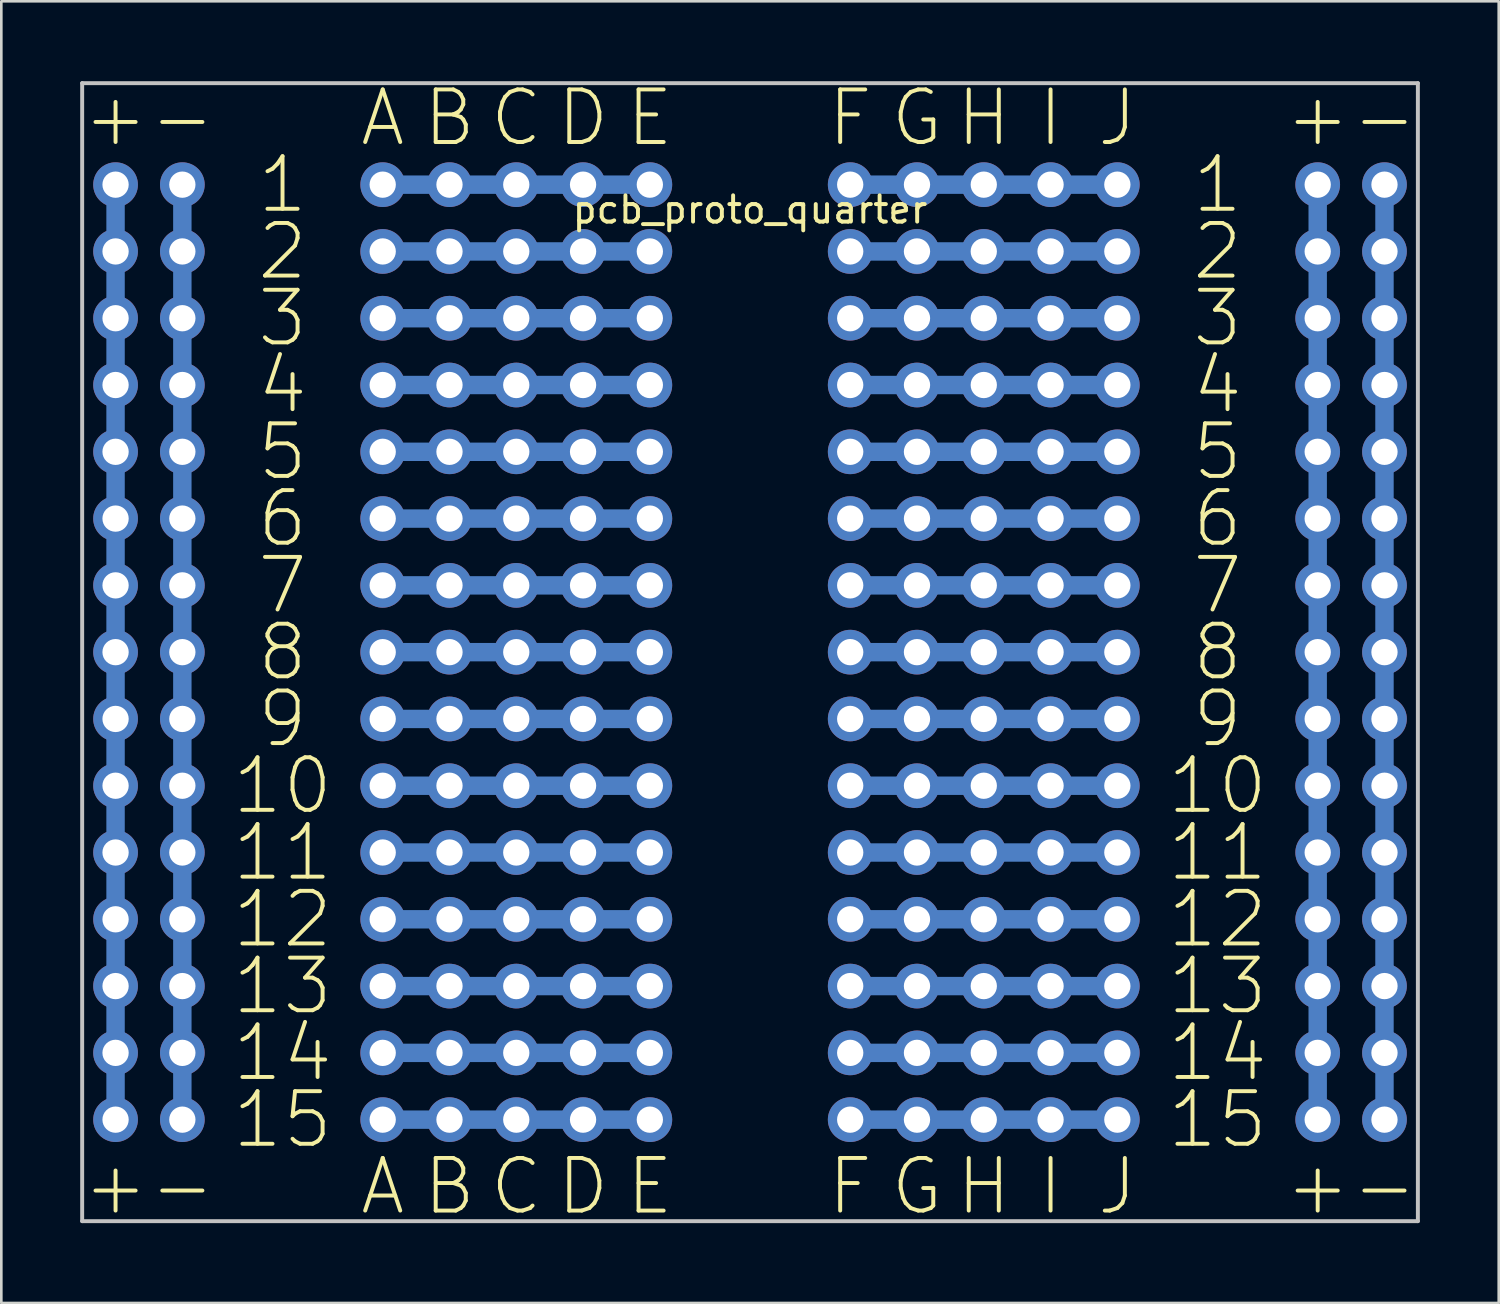
<source format=kicad_pcb>
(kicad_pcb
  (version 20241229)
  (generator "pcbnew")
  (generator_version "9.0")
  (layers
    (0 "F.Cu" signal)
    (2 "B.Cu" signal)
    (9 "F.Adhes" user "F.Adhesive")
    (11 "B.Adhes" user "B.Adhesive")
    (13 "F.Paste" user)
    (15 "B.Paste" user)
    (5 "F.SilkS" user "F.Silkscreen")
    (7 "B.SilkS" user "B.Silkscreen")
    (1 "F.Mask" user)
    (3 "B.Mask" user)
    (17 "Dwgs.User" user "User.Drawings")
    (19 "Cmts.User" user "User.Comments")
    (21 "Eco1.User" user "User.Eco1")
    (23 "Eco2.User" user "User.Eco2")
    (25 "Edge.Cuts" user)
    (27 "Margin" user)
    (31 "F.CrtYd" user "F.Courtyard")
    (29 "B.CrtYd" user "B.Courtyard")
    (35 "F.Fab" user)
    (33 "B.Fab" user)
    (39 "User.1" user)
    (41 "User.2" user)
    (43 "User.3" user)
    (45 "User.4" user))
  (footprint "pcb_proto_quarter"
    (layer "F.Cu")
    (at 25.475 3.923)
    (property "Reference" "pcb_proto_quarter" (at 0 1 0) (layer "F.SilkS") (effects (font (size 1 1) (thickness 0.15))))
    (attr through_hole)
    (fp_line (start -25.4 -3.81) (end -25.4 39.47) (stroke (width 0.15) (type solid)) (layer "Dwgs.User"))
    (fp_line (start -25.4 39.47) (end 25.4 39.47) (stroke (width 0.15) (type solid)) (layer "Dwgs.User"))
    (fp_line (start 25.4 -3.81) (end -25.4 -3.81) (stroke (width 0.15) (type solid)) (layer "Dwgs.User"))
    (fp_line (start 25.4 39.47) (end 25.4 -3.81) (stroke (width 0.15) (type solid)) (layer "Dwgs.User"))
    (fp_text user "F" (at 3.81 -2.49 0) (layer "F.SilkS") (effects (font (size 2 2) (thickness 0.15))))
    (fp_text user "4" (at 17.78 7.67 0) (layer "F.SilkS") (effects (font (size 2 2) (thickness 0.15))))
    (fp_text user "3" (at -17.78 5.13 0) (layer "F.SilkS") (effects (font (size 2 2) (thickness 0.15))))
    (fp_text user "13" (at 17.78 30.53 0) (layer "F.SilkS") (effects (font (size 2 2) (thickness 0.15))))
    (fp_text user "D" (at -6.35 38.15 0) (layer "F.SilkS") (effects (font (size 2 2) (thickness 0.15))))
    (fp_text user "7" (at 17.78 15.29 0) (layer "F.SilkS") (effects (font (size 2 2) (thickness 0.15))))
    (fp_text user "+" (at -24.13 -2.49 0) (layer "F.SilkS") (effects (font (size 2 2) (thickness 0.15))))
    (fp_text user "10" (at -17.78 22.91 0) (layer "F.SilkS") (effects (font (size 2 2) (thickness 0.15))))
    (fp_text user "6" (at -17.78 12.75 0) (layer "F.SilkS") (effects (font (size 2 2) (thickness 0.15))))
    (fp_text user "I" (at 11.43 38.15 0) (layer "F.SilkS") (effects (font (size 2 2) (thickness 0.15))))
    (fp_text user "10" (at 17.78 22.91 0) (layer "F.SilkS") (effects (font (size 2 2) (thickness 0.15))))
    (fp_text user "5" (at 17.78 10.21 0) (layer "F.SilkS") (effects (font (size 2 2) (thickness 0.15))))
    (fp_text user "2" (at 17.78 2.59 0) (layer "F.SilkS") (effects (font (size 2 2) (thickness 0.15))))
    (fp_text user "H" (at 8.89 38.15 0) (layer "F.SilkS") (effects (font (size 2 2) (thickness 0.15))))
    (fp_text user "6" (at 17.78 12.75 0) (layer "F.SilkS") (effects (font (size 2 2) (thickness 0.15))))
    (fp_text user "2" (at -17.78 2.59 0) (layer "F.SilkS") (effects (font (size 2 2) (thickness 0.15))))
    (fp_text user "9" (at 17.78 20.37 0) (layer "F.SilkS") (effects (font (size 2 2) (thickness 0.15))))
    (fp_text user "J" (at 13.97 -2.49 0) (layer "F.SilkS") (effects (font (size 2 2) (thickness 0.15))))
    (fp_text user "-" (at 24.13 38.15 0) (layer "F.SilkS") (effects (font (size 2 2) (thickness 0.15))))
    (fp_text user "+" (at 21.59 38.15 0) (layer "F.SilkS") (effects (font (size 2 2) (thickness 0.15))))
    (fp_text user "-" (at -21.59 -2.49 0) (layer "F.SilkS") (effects (font (size 2 2) (thickness 0.15))))
    (fp_text user "A" (at -13.97 38.15 0) (layer "F.SilkS") (effects (font (size 2 2) (thickness 0.15))))
    (fp_text user "7" (at -17.78 15.29 0) (layer "F.SilkS") (effects (font (size 2 2) (thickness 0.15))))
    (fp_text user "15" (at 17.78 35.61 0) (layer "F.SilkS") (effects (font (size 2 2) (thickness 0.15))))
    (fp_text user "4" (at -17.78 7.67 0) (layer "F.SilkS") (effects (font (size 2 2) (thickness 0.15))))
    (fp_text user "C" (at -8.89 -2.49 0) (layer "F.SilkS") (effects (font (size 2 2) (thickness 0.15))))
    (fp_text user "13" (at -17.78 30.53 0) (layer "F.SilkS") (effects (font (size 2 2) (thickness 0.15))))
    (fp_text user "3" (at 17.78 5.13 0) (layer "F.SilkS") (effects (font (size 2 2) (thickness 0.15))))
    (fp_text user "11" (at 17.78 25.45 0) (layer "F.SilkS") (effects (font (size 2 2) (thickness 0.15))))
    (fp_text user "8" (at -17.78 17.83 0) (layer "F.SilkS") (effects (font (size 2 2) (thickness 0.15))))
    (fp_text user "+" (at 21.59 -2.49 0) (layer "F.SilkS") (effects (font (size 2 2) (thickness 0.15))))
    (fp_text user "J" (at 13.97 38.15 0) (layer "F.SilkS") (effects (font (size 2 2) (thickness 0.15))))
    (fp_text user "14" (at -17.78 33.07 0) (layer "F.SilkS") (effects (font (size 2 2) (thickness 0.15))))
    (fp_text user "15" (at -17.78 35.61 0) (layer "F.SilkS") (effects (font (size 2 2) (thickness 0.15))))
    (fp_text user "12" (at 17.78 27.99 0) (layer "F.SilkS") (effects (font (size 2 2) (thickness 0.15))))
    (fp_text user "E" (at -3.81 -2.49 0) (layer "F.SilkS") (effects (font (size 2 2) (thickness 0.15))))
    (fp_text user "14" (at 17.78 33.07 0) (layer "F.SilkS") (effects (font (size 2 2) (thickness 0.15))))
    (fp_text user "G" (at 6.35 38.15 0) (layer "F.SilkS") (effects (font (size 2 2) (thickness 0.15))))
    (fp_text user "B" (at -11.43 -2.49 0) (layer "F.SilkS") (effects (font (size 2 2) (thickness 0.15))))
    (fp_text user "12" (at -17.78 27.99 0) (layer "F.SilkS") (effects (font (size 2 2) (thickness 0.15))))
    (fp_text user "H" (at 8.89 -2.49 0) (layer "F.SilkS") (effects (font (size 2 2) (thickness 0.15))))
    (fp_text user "9" (at -17.78 20.37 0) (layer "F.SilkS") (effects (font (size 2 2) (thickness 0.15))))
    (fp_text user "8" (at 17.78 17.83 0) (layer "F.SilkS") (effects (font (size 2 2) (thickness 0.15))))
    (fp_text user "F" (at 3.81 38.15 0) (layer "F.SilkS") (effects (font (size 2 2) (thickness 0.15))))
    (fp_text user "-" (at 24.13 -2.49 0) (layer "F.SilkS") (effects (font (size 2 2) (thickness 0.15))))
    (fp_text user "A" (at -13.97 -2.49 0) (layer "F.SilkS") (effects (font (size 2 2) (thickness 0.15))))
    (fp_text user "C" (at -8.89 38.15 0) (layer "F.SilkS") (effects (font (size 2 2) (thickness 0.15))))
    (fp_text user "D" (at -6.35 -2.49 0) (layer "F.SilkS") (effects (font (size 2 2) (thickness 0.15))))
    (fp_text user "+" (at -24.13 38.15 0) (layer "F.SilkS") (effects (font (size 2 2) (thickness 0.15))))
    (fp_text user "1" (at 17.78 0.05 0) (layer "F.SilkS") (effects (font (size 2 2) (thickness 0.15))))
    (fp_text user "11" (at -17.78 25.45 0) (layer "F.SilkS") (effects (font (size 2 2) (thickness 0.15))))
    (fp_text user "-" (at -21.59 38.15 0) (layer "F.SilkS") (effects (font (size 2 2) (thickness 0.15))))
    (fp_text user "B" (at -11.43 38.15 0) (layer "F.SilkS") (effects (font (size 2 2) (thickness 0.15))))
    (fp_text user "5" (at -17.78 10.21 0) (layer "F.SilkS") (effects (font (size 2 2) (thickness 0.15))))
    (fp_text user "I" (at 11.43 -2.49 0) (layer "F.SilkS") (effects (font (size 2 2) (thickness 0.15))))
    (fp_text user "1" (at -17.78 0.05 0) (layer "F.SilkS") (effects (font (size 2 2) (thickness 0.15))))
    (fp_text user "G" (at 6.35 -2.49 0) (layer "F.SilkS") (effects (font (size 2 2) (thickness 0.15))))
    (fp_text user "E" (at -3.81 38.15 0) (layer "F.SilkS") (effects (font (size 2 2) (thickness 0.15))))
    (pad "" thru_hole circle (at -24.13 0.05) (size 1.7 1.7) (drill 1) (layers "*.Cu" "*.Mask"))
    (pad "" thru_hole circle (at -24.13 2.59) (size 1.7 1.7) (drill 1) (layers "*.Cu" "*.Mask"))
    (pad "" thru_hole circle (at -24.13 5.13) (size 1.7 1.7) (drill 1) (layers "*.Cu" "*.Mask"))
    (pad "" thru_hole circle (at -24.13 7.67) (size 1.7 1.7) (drill 1) (layers "*.Cu" "*.Mask"))
    (pad "" thru_hole circle (at -24.13 10.21) (size 1.7 1.7) (drill 1) (layers "*.Cu" "*.Mask"))
    (pad "" thru_hole circle (at -24.13 12.75) (size 1.7 1.7) (drill 1) (layers "*.Cu" "*.Mask"))
    (pad "" thru_hole circle (at -24.13 15.29) (size 1.7 1.7) (drill 1) (layers "*.Cu" "*.Mask"))
    (pad "" smd rect (at -24.13 17.83) (size 0.7 35.56) (layers "B.Cu" "B.Mask"))
    (pad "" thru_hole circle (at -24.13 17.83) (size 1.7 1.7) (drill 1) (layers "*.Cu" "*.Mask"))
    (pad "" thru_hole circle (at -24.13 20.37) (size 1.7 1.7) (drill 1) (layers "*.Cu" "*.Mask"))
    (pad "" thru_hole circle (at -24.13 22.91) (size 1.7 1.7) (drill 1) (layers "*.Cu" "*.Mask"))
    (pad "" thru_hole circle (at -24.13 25.45) (size 1.7 1.7) (drill 1) (layers "*.Cu" "*.Mask"))
    (pad "" thru_hole circle (at -24.13 27.99) (size 1.7 1.7) (drill 1) (layers "*.Cu" "*.Mask"))
    (pad "" thru_hole circle (at -24.13 30.53) (size 1.7 1.7) (drill 1) (layers "*.Cu" "*.Mask"))
    (pad "" thru_hole circle (at -24.13 33.07) (size 1.7 1.7) (drill 1) (layers "*.Cu" "*.Mask"))
    (pad "" thru_hole circle (at -24.13 35.61) (size 1.7 1.7) (drill 1) (layers "*.Cu" "*.Mask"))
    (pad "" thru_hole circle (at -21.59 0.05) (size 1.7 1.7) (drill 1) (layers "*.Cu" "*.Mask"))
    (pad "" thru_hole circle (at -21.59 2.59) (size 1.7 1.7) (drill 1) (layers "*.Cu" "*.Mask"))
    (pad "" thru_hole circle (at -21.59 5.13) (size 1.7 1.7) (drill 1) (layers "*.Cu" "*.Mask"))
    (pad "" thru_hole circle (at -21.59 7.67) (size 1.7 1.7) (drill 1) (layers "*.Cu" "*.Mask"))
    (pad "" thru_hole circle (at -21.59 10.21) (size 1.7 1.7) (drill 1) (layers "*.Cu" "*.Mask"))
    (pad "" thru_hole circle (at -21.59 12.75) (size 1.7 1.7) (drill 1) (layers "*.Cu" "*.Mask"))
    (pad "" thru_hole circle (at -21.59 15.29) (size 1.7 1.7) (drill 1) (layers "*.Cu" "*.Mask"))
    (pad "" smd rect (at -21.59 17.83) (size 0.7 35.56) (layers "B.Cu" "B.Mask"))
    (pad "" thru_hole circle (at -21.59 17.83) (size 1.7 1.7) (drill 1) (layers "*.Cu" "*.Mask"))
    (pad "" thru_hole circle (at -21.59 20.37) (size 1.7 1.7) (drill 1) (layers "*.Cu" "*.Mask"))
    (pad "" thru_hole circle (at -21.59 22.91) (size 1.7 1.7) (drill 1) (layers "*.Cu" "*.Mask"))
    (pad "" thru_hole circle (at -21.59 25.45) (size 1.7 1.7) (drill 1) (layers "*.Cu" "*.Mask"))
    (pad "" thru_hole circle (at -21.59 27.99) (size 1.7 1.7) (drill 1) (layers "*.Cu" "*.Mask"))
    (pad "" thru_hole circle (at -21.59 30.53) (size 1.7 1.7) (drill 1) (layers "*.Cu" "*.Mask"))
    (pad "" thru_hole circle (at -21.59 33.07) (size 1.7 1.7) (drill 1) (layers "*.Cu" "*.Mask"))
    (pad "" thru_hole circle (at -21.59 35.61) (size 1.7 1.7) (drill 1) (layers "*.Cu" "*.Mask"))
    (pad "" thru_hole circle (at -13.97 0.05) (size 1.7 1.7) (drill 1) (layers "*.Cu" "*.Mask"))
    (pad "" thru_hole circle (at -13.97 2.59) (size 1.7 1.7) (drill 1) (layers "*.Cu" "*.Mask"))
    (pad "" thru_hole circle (at -13.97 5.13) (size 1.7 1.7) (drill 1) (layers "*.Cu" "*.Mask"))
    (pad "" thru_hole circle (at -13.97 7.67) (size 1.7 1.7) (drill 1) (layers "*.Cu" "*.Mask"))
    (pad "" thru_hole circle (at -13.97 10.21) (size 1.7 1.7) (drill 1) (layers "*.Cu" "*.Mask"))
    (pad "" thru_hole circle (at -13.97 12.75) (size 1.7 1.7) (drill 1) (layers "*.Cu" "*.Mask"))
    (pad "" thru_hole circle (at -13.97 15.29) (size 1.7 1.7) (drill 1) (layers "*.Cu" "*.Mask"))
    (pad "" thru_hole circle (at -13.97 17.83) (size 1.7 1.7) (drill 1) (layers "*.Cu" "*.Mask"))
    (pad "" thru_hole circle (at -13.97 20.37) (size 1.7 1.7) (drill 1) (layers "*.Cu" "*.Mask"))
    (pad "" thru_hole circle (at -13.97 22.91) (size 1.7 1.7) (drill 1) (layers "*.Cu" "*.Mask"))
    (pad "" thru_hole circle (at -13.97 25.45) (size 1.7 1.7) (drill 1) (layers "*.Cu" "*.Mask"))
    (pad "" thru_hole circle (at -13.97 27.99) (size 1.7 1.7) (drill 1) (layers "*.Cu" "*.Mask"))
    (pad "" thru_hole circle (at -13.97 30.53) (size 1.7 1.7) (drill 1) (layers "*.Cu" "*.Mask"))
    (pad "" thru_hole circle (at -13.97 33.07) (size 1.7 1.7) (drill 1) (layers "*.Cu" "*.Mask"))
    (pad "" thru_hole circle (at -13.97 35.61) (size 1.7 1.7) (drill 1) (layers "*.Cu" "*.Mask"))
    (pad "" thru_hole circle (at -11.43 0.05) (size 1.7 1.7) (drill 1) (layers "*.Cu" "*.Mask"))
    (pad "" thru_hole circle (at -11.43 2.59) (size 1.7 1.7) (drill 1) (layers "*.Cu" "*.Mask"))
    (pad "" thru_hole circle (at -11.43 5.13) (size 1.7 1.7) (drill 1) (layers "*.Cu" "*.Mask"))
    (pad "" thru_hole circle (at -11.43 7.67) (size 1.7 1.7) (drill 1) (layers "*.Cu" "*.Mask"))
    (pad "" thru_hole circle (at -11.43 10.21) (size 1.7 1.7) (drill 1) (layers "*.Cu" "*.Mask"))
    (pad "" thru_hole circle (at -11.43 12.75) (size 1.7 1.7) (drill 1) (layers "*.Cu" "*.Mask"))
    (pad "" thru_hole circle (at -11.43 15.29) (size 1.7 1.7) (drill 1) (layers "*.Cu" "*.Mask"))
    (pad "" thru_hole circle (at -11.43 17.83) (size 1.7 1.7) (drill 1) (layers "*.Cu" "*.Mask"))
    (pad "" thru_hole circle (at -11.43 20.37) (size 1.7 1.7) (drill 1) (layers "*.Cu" "*.Mask"))
    (pad "" thru_hole circle (at -11.43 22.91) (size 1.7 1.7) (drill 1) (layers "*.Cu" "*.Mask"))
    (pad "" thru_hole circle (at -11.43 25.45) (size 1.7 1.7) (drill 1) (layers "*.Cu" "*.Mask"))
    (pad "" thru_hole circle (at -11.43 27.99) (size 1.7 1.7) (drill 1) (layers "*.Cu" "*.Mask"))
    (pad "" thru_hole circle (at -11.43 30.53) (size 1.7 1.7) (drill 1) (layers "*.Cu" "*.Mask"))
    (pad "" thru_hole circle (at -11.43 33.07) (size 1.7 1.7) (drill 1) (layers "*.Cu" "*.Mask"))
    (pad "" thru_hole circle (at -11.43 35.61) (size 1.7 1.7) (drill 1) (layers "*.Cu" "*.Mask"))
    (pad "" thru_hole circle (at -8.89 0.05) (size 1.7 1.7) (drill 1) (layers "*.Cu" "*.Mask"))
    (pad "" smd rect (at -8.89 0.05) (size 10.16 0.7) (layers "B.Cu" "B.Mask"))
    (pad "" thru_hole circle (at -8.89 2.59) (size 1.7 1.7) (drill 1) (layers "*.Cu" "*.Mask"))
    (pad "" smd rect (at -8.89 2.59) (size 10.16 0.7) (layers "B.Cu" "B.Mask"))
    (pad "" thru_hole circle (at -8.89 5.13) (size 1.7 1.7) (drill 1) (layers "*.Cu" "*.Mask"))
    (pad "" smd rect (at -8.89 5.13) (size 10.16 0.7) (layers "B.Cu" "B.Mask"))
    (pad "" thru_hole circle (at -8.89 7.67) (size 1.7 1.7) (drill 1) (layers "*.Cu" "*.Mask"))
    (pad "" smd rect (at -8.89 7.67) (size 10.16 0.7) (layers "B.Cu" "B.Mask"))
    (pad "" thru_hole circle (at -8.89 10.21) (size 1.7 1.7) (drill 1) (layers "*.Cu" "*.Mask"))
    (pad "" smd rect (at -8.89 10.21) (size 10.16 0.7) (layers "B.Cu" "B.Mask"))
    (pad "" thru_hole circle (at -8.89 12.75) (size 1.7 1.7) (drill 1) (layers "*.Cu" "*.Mask"))
    (pad "" smd rect (at -8.89 12.75) (size 10.16 0.7) (layers "B.Cu" "B.Mask"))
    (pad "" thru_hole circle (at -8.89 15.29) (size 1.7 1.7) (drill 1) (layers "*.Cu" "*.Mask"))
    (pad "" smd rect (at -8.89 15.29) (size 10.16 0.7) (layers "B.Cu" "B.Mask"))
    (pad "" thru_hole circle (at -8.89 17.83) (size 1.7 1.7) (drill 1) (layers "*.Cu" "*.Mask"))
    (pad "" smd rect (at -8.89 17.83) (size 10.16 0.7) (layers "B.Cu" "B.Mask"))
    (pad "" thru_hole circle (at -8.89 20.37) (size 1.7 1.7) (drill 1) (layers "*.Cu" "*.Mask"))
    (pad "" smd rect (at -8.89 20.37) (size 10.16 0.7) (layers "B.Cu" "B.Mask"))
    (pad "" thru_hole circle (at -8.89 22.91) (size 1.7 1.7) (drill 1) (layers "*.Cu" "*.Mask"))
    (pad "" smd rect (at -8.89 22.91) (size 10.16 0.7) (layers "B.Cu" "B.Mask"))
    (pad "" thru_hole circle (at -8.89 25.45) (size 1.7 1.7) (drill 1) (layers "*.Cu" "*.Mask"))
    (pad "" smd rect (at -8.89 25.45) (size 10.16 0.7) (layers "B.Cu" "B.Mask"))
    (pad "" thru_hole circle (at -8.89 27.99) (size 1.7 1.7) (drill 1) (layers "*.Cu" "*.Mask"))
    (pad "" smd rect (at -8.89 27.99) (size 10.16 0.7) (layers "B.Cu" "B.Mask"))
    (pad "" thru_hole circle (at -8.89 30.53) (size 1.7 1.7) (drill 1) (layers "*.Cu" "*.Mask"))
    (pad "" smd rect (at -8.89 30.53) (size 10.16 0.7) (layers "B.Cu" "B.Mask"))
    (pad "" thru_hole circle (at -8.89 33.07) (size 1.7 1.7) (drill 1) (layers "*.Cu" "*.Mask"))
    (pad "" smd rect (at -8.89 33.07) (size 10.16 0.7) (layers "B.Cu" "B.Mask"))
    (pad "" thru_hole circle (at -8.89 35.61) (size 1.7 1.7) (drill 1) (layers "*.Cu" "*.Mask"))
    (pad "" smd rect (at -8.89 35.61) (size 10.16 0.7) (layers "B.Cu" "B.Mask"))
    (pad "" thru_hole circle (at -6.35 0.05) (size 1.7 1.7) (drill 1) (layers "*.Cu" "*.Mask"))
    (pad "" thru_hole circle (at -6.35 2.59) (size 1.7 1.7) (drill 1) (layers "*.Cu" "*.Mask"))
    (pad "" thru_hole circle (at -6.35 5.13) (size 1.7 1.7) (drill 1) (layers "*.Cu" "*.Mask"))
    (pad "" thru_hole circle (at -6.35 7.67) (size 1.7 1.7) (drill 1) (layers "*.Cu" "*.Mask"))
    (pad "" thru_hole circle (at -6.35 10.21) (size 1.7 1.7) (drill 1) (layers "*.Cu" "*.Mask"))
    (pad "" thru_hole circle (at -6.35 12.75) (size 1.7 1.7) (drill 1) (layers "*.Cu" "*.Mask"))
    (pad "" thru_hole circle (at -6.35 15.29) (size 1.7 1.7) (drill 1) (layers "*.Cu" "*.Mask"))
    (pad "" thru_hole circle (at -6.35 17.83) (size 1.7 1.7) (drill 1) (layers "*.Cu" "*.Mask"))
    (pad "" thru_hole circle (at -6.35 20.37) (size 1.7 1.7) (drill 1) (layers "*.Cu" "*.Mask"))
    (pad "" thru_hole circle (at -6.35 22.91) (size 1.7 1.7) (drill 1) (layers "*.Cu" "*.Mask"))
    (pad "" thru_hole circle (at -6.35 25.45) (size 1.7 1.7) (drill 1) (layers "*.Cu" "*.Mask"))
    (pad "" thru_hole circle (at -6.35 27.99) (size 1.7 1.7) (drill 1) (layers "*.Cu" "*.Mask"))
    (pad "" thru_hole circle (at -6.35 30.53) (size 1.7 1.7) (drill 1) (layers "*.Cu" "*.Mask"))
    (pad "" thru_hole circle (at -6.35 33.07) (size 1.7 1.7) (drill 1) (layers "*.Cu" "*.Mask"))
    (pad "" thru_hole circle (at -6.35 35.61) (size 1.7 1.7) (drill 1) (layers "*.Cu" "*.Mask"))
    (pad "" thru_hole circle (at -3.81 0.05) (size 1.7 1.7) (drill 1) (layers "*.Cu" "*.Mask"))
    (pad "" thru_hole circle (at -3.81 2.59) (size 1.7 1.7) (drill 1) (layers "*.Cu" "*.Mask"))
    (pad "" thru_hole circle (at -3.81 5.13) (size 1.7 1.7) (drill 1) (layers "*.Cu" "*.Mask"))
    (pad "" thru_hole circle (at -3.81 7.67) (size 1.7 1.7) (drill 1) (layers "*.Cu" "*.Mask"))
    (pad "" thru_hole circle (at -3.81 10.21) (size 1.7 1.7) (drill 1) (layers "*.Cu" "*.Mask"))
    (pad "" thru_hole circle (at -3.81 12.75) (size 1.7 1.7) (drill 1) (layers "*.Cu" "*.Mask"))
    (pad "" thru_hole circle (at -3.81 15.29) (size 1.7 1.7) (drill 1) (layers "*.Cu" "*.Mask"))
    (pad "" thru_hole circle (at -3.81 17.83) (size 1.7 1.7) (drill 1) (layers "*.Cu" "*.Mask"))
    (pad "" thru_hole circle (at -3.81 20.37) (size 1.7 1.7) (drill 1) (layers "*.Cu" "*.Mask"))
    (pad "" thru_hole circle (at -3.81 22.91) (size 1.7 1.7) (drill 1) (layers "*.Cu" "*.Mask"))
    (pad "" thru_hole circle (at -3.81 25.45) (size 1.7 1.7) (drill 1) (layers "*.Cu" "*.Mask"))
    (pad "" thru_hole circle (at -3.81 27.99) (size 1.7 1.7) (drill 1) (layers "*.Cu" "*.Mask"))
    (pad "" thru_hole circle (at -3.81 30.53) (size 1.7 1.7) (drill 1) (layers "*.Cu" "*.Mask"))
    (pad "" thru_hole circle (at -3.81 33.07) (size 1.7 1.7) (drill 1) (layers "*.Cu" "*.Mask"))
    (pad "" thru_hole circle (at -3.81 35.61) (size 1.7 1.7) (drill 1) (layers "*.Cu" "*.Mask"))
    (pad "" thru_hole circle (at 3.81 0.05) (size 1.7 1.7) (drill 1) (layers "*.Cu" "*.Mask"))
    (pad "" thru_hole circle (at 3.81 2.59) (size 1.7 1.7) (drill 1) (layers "*.Cu" "*.Mask"))
    (pad "" thru_hole circle (at 3.81 5.13) (size 1.7 1.7) (drill 1) (layers "*.Cu" "*.Mask"))
    (pad "" thru_hole circle (at 3.81 7.67) (size 1.7 1.7) (drill 1) (layers "*.Cu" "*.Mask"))
    (pad "" thru_hole circle (at 3.81 10.21) (size 1.7 1.7) (drill 1) (layers "*.Cu" "*.Mask"))
    (pad "" thru_hole circle (at 3.81 12.75) (size 1.7 1.7) (drill 1) (layers "*.Cu" "*.Mask"))
    (pad "" thru_hole circle (at 3.81 15.29) (size 1.7 1.7) (drill 1) (layers "*.Cu" "*.Mask"))
    (pad "" thru_hole circle (at 3.81 17.83) (size 1.7 1.7) (drill 1) (layers "*.Cu" "*.Mask"))
    (pad "" thru_hole circle (at 3.81 20.37) (size 1.7 1.7) (drill 1) (layers "*.Cu" "*.Mask"))
    (pad "" thru_hole circle (at 3.81 22.91) (size 1.7 1.7) (drill 1) (layers "*.Cu" "*.Mask"))
    (pad "" thru_hole circle (at 3.81 25.45) (size 1.7 1.7) (drill 1) (layers "*.Cu" "*.Mask"))
    (pad "" thru_hole circle (at 3.81 27.99) (size 1.7 1.7) (drill 1) (layers "*.Cu" "*.Mask"))
    (pad "" thru_hole circle (at 3.81 30.53) (size 1.7 1.7) (drill 1) (layers "*.Cu" "*.Mask"))
    (pad "" thru_hole circle (at 3.81 33.07) (size 1.7 1.7) (drill 1) (layers "*.Cu" "*.Mask"))
    (pad "" thru_hole circle (at 3.81 35.61) (size 1.7 1.7) (drill 1) (layers "*.Cu" "*.Mask"))
    (pad "" thru_hole circle (at 6.35 0.05) (size 1.7 1.7) (drill 1) (layers "*.Cu" "*.Mask"))
    (pad "" thru_hole circle (at 6.35 2.59) (size 1.7 1.7) (drill 1) (layers "*.Cu" "*.Mask"))
    (pad "" thru_hole circle (at 6.35 5.13) (size 1.7 1.7) (drill 1) (layers "*.Cu" "*.Mask"))
    (pad "" thru_hole circle (at 6.35 7.67) (size 1.7 1.7) (drill 1) (layers "*.Cu" "*.Mask"))
    (pad "" thru_hole circle (at 6.35 10.21) (size 1.7 1.7) (drill 1) (layers "*.Cu" "*.Mask"))
    (pad "" thru_hole circle (at 6.35 12.75) (size 1.7 1.7) (drill 1) (layers "*.Cu" "*.Mask"))
    (pad "" thru_hole circle (at 6.35 15.29) (size 1.7 1.7) (drill 1) (layers "*.Cu" "*.Mask"))
    (pad "" thru_hole circle (at 6.35 17.83) (size 1.7 1.7) (drill 1) (layers "*.Cu" "*.Mask"))
    (pad "" thru_hole circle (at 6.35 20.37) (size 1.7 1.7) (drill 1) (layers "*.Cu" "*.Mask"))
    (pad "" thru_hole circle (at 6.35 22.91) (size 1.7 1.7) (drill 1) (layers "*.Cu" "*.Mask"))
    (pad "" thru_hole circle (at 6.35 25.45) (size 1.7 1.7) (drill 1) (layers "*.Cu" "*.Mask"))
    (pad "" thru_hole circle (at 6.35 27.99) (size 1.7 1.7) (drill 1) (layers "*.Cu" "*.Mask"))
    (pad "" thru_hole circle (at 6.35 30.53) (size 1.7 1.7) (drill 1) (layers "*.Cu" "*.Mask"))
    (pad "" thru_hole circle (at 6.35 33.07) (size 1.7 1.7) (drill 1) (layers "*.Cu" "*.Mask"))
    (pad "" thru_hole circle (at 6.35 35.61) (size 1.7 1.7) (drill 1) (layers "*.Cu" "*.Mask"))
    (pad "" thru_hole circle (at 8.89 0.05) (size 1.7 1.7) (drill 1) (layers "*.Cu" "*.Mask"))
    (pad "" smd rect (at 8.89 0.05) (size 10.16 0.7) (layers "B.Cu" "B.Mask"))
    (pad "" thru_hole circle (at 8.89 2.59) (size 1.7 1.7) (drill 1) (layers "*.Cu" "*.Mask"))
    (pad "" smd rect (at 8.89 2.59) (size 10.16 0.7) (layers "B.Cu" "B.Mask"))
    (pad "" thru_hole circle (at 8.89 5.13) (size 1.7 1.7) (drill 1) (layers "*.Cu" "*.Mask"))
    (pad "" smd rect (at 8.89 5.13) (size 10.16 0.7) (layers "B.Cu" "B.Mask"))
    (pad "" thru_hole circle (at 8.89 7.67) (size 1.7 1.7) (drill 1) (layers "*.Cu" "*.Mask"))
    (pad "" smd rect (at 8.89 7.67) (size 10.16 0.7) (layers "B.Cu" "B.Mask"))
    (pad "" thru_hole circle (at 8.89 10.21) (size 1.7 1.7) (drill 1) (layers "*.Cu" "*.Mask"))
    (pad "" smd rect (at 8.89 10.21) (size 10.16 0.7) (layers "B.Cu" "B.Mask"))
    (pad "" thru_hole circle (at 8.89 12.75) (size 1.7 1.7) (drill 1) (layers "*.Cu" "*.Mask"))
    (pad "" smd rect (at 8.89 12.75) (size 10.16 0.7) (layers "B.Cu" "B.Mask"))
    (pad "" thru_hole circle (at 8.89 15.29) (size 1.7 1.7) (drill 1) (layers "*.Cu" "*.Mask"))
    (pad "" smd rect (at 8.89 15.29) (size 10.16 0.7) (layers "B.Cu" "B.Mask"))
    (pad "" thru_hole circle (at 8.89 17.83) (size 1.7 1.7) (drill 1) (layers "*.Cu" "*.Mask"))
    (pad "" smd rect (at 8.89 17.83) (size 10.16 0.7) (layers "B.Cu" "B.Mask"))
    (pad "" thru_hole circle (at 8.89 20.37) (size 1.7 1.7) (drill 1) (layers "*.Cu" "*.Mask"))
    (pad "" smd rect (at 8.89 20.37) (size 10.16 0.7) (layers "B.Cu" "B.Mask"))
    (pad "" thru_hole circle (at 8.89 22.91) (size 1.7 1.7) (drill 1) (layers "*.Cu" "*.Mask"))
    (pad "" smd rect (at 8.89 22.91) (size 10.16 0.7) (layers "B.Cu" "B.Mask"))
    (pad "" thru_hole circle (at 8.89 25.45) (size 1.7 1.7) (drill 1) (layers "*.Cu" "*.Mask"))
    (pad "" smd rect (at 8.89 25.45) (size 10.16 0.7) (layers "B.Cu" "B.Mask"))
    (pad "" thru_hole circle (at 8.89 27.99) (size 1.7 1.7) (drill 1) (layers "*.Cu" "*.Mask"))
    (pad "" smd rect (at 8.89 27.99) (size 10.16 0.7) (layers "B.Cu" "B.Mask"))
    (pad "" thru_hole circle (at 8.89 30.53) (size 1.7 1.7) (drill 1) (layers "*.Cu" "*.Mask"))
    (pad "" smd rect (at 8.89 30.53) (size 10.16 0.7) (layers "B.Cu" "B.Mask"))
    (pad "" thru_hole circle (at 8.89 33.07) (size 1.7 1.7) (drill 1) (layers "*.Cu" "*.Mask"))
    (pad "" smd rect (at 8.89 33.07) (size 10.16 0.7) (layers "B.Cu" "B.Mask"))
    (pad "" thru_hole circle (at 8.89 35.61) (size 1.7 1.7) (drill 1) (layers "*.Cu" "*.Mask"))
    (pad "" smd rect (at 8.89 35.61) (size 10.16 0.7) (layers "B.Cu" "B.Mask"))
    (pad "" thru_hole circle (at 11.43 0.05) (size 1.7 1.7) (drill 1) (layers "*.Cu" "*.Mask"))
    (pad "" thru_hole circle (at 11.43 2.59) (size 1.7 1.7) (drill 1) (layers "*.Cu" "*.Mask"))
    (pad "" thru_hole circle (at 11.43 5.13) (size 1.7 1.7) (drill 1) (layers "*.Cu" "*.Mask"))
    (pad "" thru_hole circle (at 11.43 7.67) (size 1.7 1.7) (drill 1) (layers "*.Cu" "*.Mask"))
    (pad "" thru_hole circle (at 11.43 10.21) (size 1.7 1.7) (drill 1) (layers "*.Cu" "*.Mask"))
    (pad "" thru_hole circle (at 11.43 12.75) (size 1.7 1.7) (drill 1) (layers "*.Cu" "*.Mask"))
    (pad "" thru_hole circle (at 11.43 15.29) (size 1.7 1.7) (drill 1) (layers "*.Cu" "*.Mask"))
    (pad "" thru_hole circle (at 11.43 17.83) (size 1.7 1.7) (drill 1) (layers "*.Cu" "*.Mask"))
    (pad "" thru_hole circle (at 11.43 20.37) (size 1.7 1.7) (drill 1) (layers "*.Cu" "*.Mask"))
    (pad "" thru_hole circle (at 11.43 22.91) (size 1.7 1.7) (drill 1) (layers "*.Cu" "*.Mask"))
    (pad "" thru_hole circle (at 11.43 25.45) (size 1.7 1.7) (drill 1) (layers "*.Cu" "*.Mask"))
    (pad "" thru_hole circle (at 11.43 27.99) (size 1.7 1.7) (drill 1) (layers "*.Cu" "*.Mask"))
    (pad "" thru_hole circle (at 11.43 30.53) (size 1.7 1.7) (drill 1) (layers "*.Cu" "*.Mask"))
    (pad "" thru_hole circle (at 11.43 33.07) (size 1.7 1.7) (drill 1) (layers "*.Cu" "*.Mask"))
    (pad "" thru_hole circle (at 11.43 35.61) (size 1.7 1.7) (drill 1) (layers "*.Cu" "*.Mask"))
    (pad "" thru_hole circle (at 13.97 0.05) (size 1.7 1.7) (drill 1) (layers "*.Cu" "*.Mask"))
    (pad "" thru_hole circle (at 13.97 2.59) (size 1.7 1.7) (drill 1) (layers "*.Cu" "*.Mask"))
    (pad "" thru_hole circle (at 13.97 5.13) (size 1.7 1.7) (drill 1) (layers "*.Cu" "*.Mask"))
    (pad "" thru_hole circle (at 13.97 7.67) (size 1.7 1.7) (drill 1) (layers "*.Cu" "*.Mask"))
    (pad "" thru_hole circle (at 13.97 10.21) (size 1.7 1.7) (drill 1) (layers "*.Cu" "*.Mask"))
    (pad "" thru_hole circle (at 13.97 12.75) (size 1.7 1.7) (drill 1) (layers "*.Cu" "*.Mask"))
    (pad "" thru_hole circle (at 13.97 15.29) (size 1.7 1.7) (drill 1) (layers "*.Cu" "*.Mask"))
    (pad "" thru_hole circle (at 13.97 17.83) (size 1.7 1.7) (drill 1) (layers "*.Cu" "*.Mask"))
    (pad "" thru_hole circle (at 13.97 20.37) (size 1.7 1.7) (drill 1) (layers "*.Cu" "*.Mask"))
    (pad "" thru_hole circle (at 13.97 22.91) (size 1.7 1.7) (drill 1) (layers "*.Cu" "*.Mask"))
    (pad "" thru_hole circle (at 13.97 25.45) (size 1.7 1.7) (drill 1) (layers "*.Cu" "*.Mask"))
    (pad "" thru_hole circle (at 13.97 27.99) (size 1.7 1.7) (drill 1) (layers "*.Cu" "*.Mask"))
    (pad "" thru_hole circle (at 13.97 30.53) (size 1.7 1.7) (drill 1) (layers "*.Cu" "*.Mask"))
    (pad "" thru_hole circle (at 13.97 33.07) (size 1.7 1.7) (drill 1) (layers "*.Cu" "*.Mask"))
    (pad "" thru_hole circle (at 13.97 35.61) (size 1.7 1.7) (drill 1) (layers "*.Cu" "*.Mask"))
    (pad "" thru_hole circle (at 21.59 0.05) (size 1.7 1.7) (drill 1) (layers "*.Cu" "*.Mask"))
    (pad "" thru_hole circle (at 21.59 2.59) (size 1.7 1.7) (drill 1) (layers "*.Cu" "*.Mask"))
    (pad "" thru_hole circle (at 21.59 5.13) (size 1.7 1.7) (drill 1) (layers "*.Cu" "*.Mask"))
    (pad "" thru_hole circle (at 21.59 7.67) (size 1.7 1.7) (drill 1) (layers "*.Cu" "*.Mask"))
    (pad "" thru_hole circle (at 21.59 10.21) (size 1.7 1.7) (drill 1) (layers "*.Cu" "*.Mask"))
    (pad "" thru_hole circle (at 21.59 12.75) (size 1.7 1.7) (drill 1) (layers "*.Cu" "*.Mask"))
    (pad "" thru_hole circle (at 21.59 15.29) (size 1.7 1.7) (drill 1) (layers "*.Cu" "*.Mask"))
    (pad "" smd rect (at 21.59 17.83) (size 0.7 35.56) (layers "B.Cu" "B.Mask"))
    (pad "" thru_hole circle (at 21.59 17.83) (size 1.7 1.7) (drill 1) (layers "*.Cu" "*.Mask"))
    (pad "" thru_hole circle (at 21.59 20.37) (size 1.7 1.7) (drill 1) (layers "*.Cu" "*.Mask"))
    (pad "" thru_hole circle (at 21.59 22.91) (size 1.7 1.7) (drill 1) (layers "*.Cu" "*.Mask"))
    (pad "" thru_hole circle (at 21.59 25.45) (size 1.7 1.7) (drill 1) (layers "*.Cu" "*.Mask"))
    (pad "" thru_hole circle (at 21.59 27.99) (size 1.7 1.7) (drill 1) (layers "*.Cu" "*.Mask"))
    (pad "" thru_hole circle (at 21.59 30.53) (size 1.7 1.7) (drill 1) (layers "*.Cu" "*.Mask"))
    (pad "" thru_hole circle (at 21.59 33.07) (size 1.7 1.7) (drill 1) (layers "*.Cu" "*.Mask"))
    (pad "" thru_hole circle (at 21.59 35.61) (size 1.7 1.7) (drill 1) (layers "*.Cu" "*.Mask"))
    (pad "" thru_hole circle (at 24.13 0.05) (size 1.7 1.7) (drill 1) (layers "*.Cu" "*.Mask"))
    (pad "" thru_hole circle (at 24.13 2.59) (size 1.7 1.7) (drill 1) (layers "*.Cu" "*.Mask"))
    (pad "" thru_hole circle (at 24.13 5.13) (size 1.7 1.7) (drill 1) (layers "*.Cu" "*.Mask"))
    (pad "" thru_hole circle (at 24.13 7.67) (size 1.7 1.7) (drill 1) (layers "*.Cu" "*.Mask"))
    (pad "" thru_hole circle (at 24.13 10.21) (size 1.7 1.7) (drill 1) (layers "*.Cu" "*.Mask"))
    (pad "" thru_hole circle (at 24.13 12.75) (size 1.7 1.7) (drill 1) (layers "*.Cu" "*.Mask"))
    (pad "" thru_hole circle (at 24.13 15.29) (size 1.7 1.7) (drill 1) (layers "*.Cu" "*.Mask"))
    (pad "" smd rect (at 24.13 17.83) (size 0.7 35.56) (layers "B.Cu" "B.Mask"))
    (pad "" thru_hole circle (at 24.13 17.83) (size 1.7 1.7) (drill 1) (layers "*.Cu" "*.Mask"))
    (pad "" thru_hole circle (at 24.13 20.37) (size 1.7 1.7) (drill 1) (layers "*.Cu" "*.Mask"))
    (pad "" thru_hole circle (at 24.13 22.91) (size 1.7 1.7) (drill 1) (layers "*.Cu" "*.Mask"))
    (pad "" thru_hole circle (at 24.13 25.45) (size 1.7 1.7) (drill 1) (layers "*.Cu" "*.Mask"))
    (pad "" thru_hole circle (at 24.13 27.99) (size 1.7 1.7) (drill 1) (layers "*.Cu" "*.Mask"))
    (pad "" thru_hole circle (at 24.13 30.53) (size 1.7 1.7) (drill 1) (layers "*.Cu" "*.Mask"))
    (pad "" thru_hole circle (at 24.13 33.07) (size 1.7 1.7) (drill 1) (layers "*.Cu" "*.Mask"))
    (pad "" thru_hole circle (at 24.13 35.61) (size 1.7 1.7) (drill 1) (layers "*.Cu" "*.Mask")))
  (gr_rect
    (start -3 -3)
    (end 53.95 46.506)
    (stroke (width 0.1) (type default))
    (fill no)
    (layer "Edge.Cuts")))
</source>
